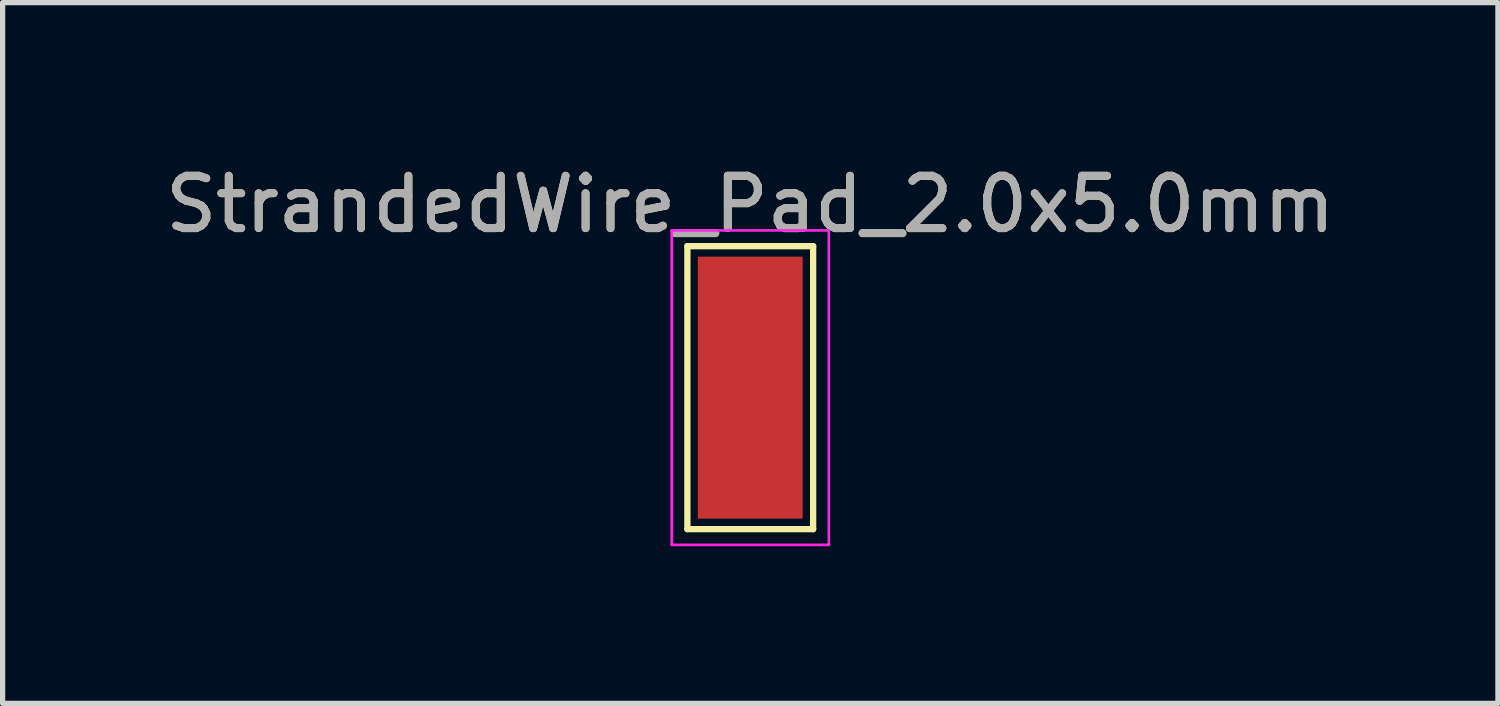
<source format=kicad_pcb>
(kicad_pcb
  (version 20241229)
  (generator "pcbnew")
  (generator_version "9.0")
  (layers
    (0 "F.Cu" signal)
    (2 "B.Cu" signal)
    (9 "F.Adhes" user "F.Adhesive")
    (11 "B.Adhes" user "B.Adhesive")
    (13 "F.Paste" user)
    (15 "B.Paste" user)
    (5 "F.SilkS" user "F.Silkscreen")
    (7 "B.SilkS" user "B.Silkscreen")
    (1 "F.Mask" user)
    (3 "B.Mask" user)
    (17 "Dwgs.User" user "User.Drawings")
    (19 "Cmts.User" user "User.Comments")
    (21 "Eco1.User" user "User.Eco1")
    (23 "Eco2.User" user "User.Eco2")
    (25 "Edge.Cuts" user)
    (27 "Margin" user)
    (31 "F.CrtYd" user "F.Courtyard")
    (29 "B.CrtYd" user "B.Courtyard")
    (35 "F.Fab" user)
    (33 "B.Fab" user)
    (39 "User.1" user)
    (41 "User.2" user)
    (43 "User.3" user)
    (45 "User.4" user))
  (footprint "StrandedWire_Pad_2.0x5.0mm"
    (layer "F.Cu")
    (at 11.268 4.348)
    (property "Reference" "StrandedWire_Pad_2.0x5.0mm" (at 0 -3.498 0) (layer "F.SilkS") (effects (font (size 1 1) (thickness 0.15))))
    (attr exclude_from_pos_files exclude_from_bom)
    (fp_line (start -1.2 -2.7) (end 1.2 -2.7) (stroke (width 0.12) (type solid)) (layer "F.SilkS"))
    (fp_line (start -1.2 2.7) (end -1.2 -2.7) (stroke (width 0.12) (type solid)) (layer "F.SilkS"))
    (fp_line (start 1.2 -2.7) (end 1.2 2.7) (stroke (width 0.12) (type solid)) (layer "F.SilkS"))
    (fp_line (start 1.2 2.7) (end -1.2 2.7) (stroke (width 0.12) (type solid)) (layer "F.SilkS"))
    (fp_line (start -1.5 -3) (end -1.5 3) (stroke (width 0.05) (type solid)) (layer "F.CrtYd"))
    (fp_line (start -1.5 -3) (end 1.5 -3) (stroke (width 0.05) (type solid)) (layer "F.CrtYd"))
    (fp_line (start 1.5 3) (end -1.5 3) (stroke (width 0.05) (type solid)) (layer "F.CrtYd"))
    (fp_line (start 1.5 3) (end 1.5 -3) (stroke (width 0.05) (type solid)) (layer "F.CrtYd"))
    (fp_text user "${REFERENCE}" (at 0 -3.5 0) (layer "F.Fab") (effects (font (size 1 1) (thickness 0.15))))
    (pad "1" smd rect (at 0 0) (size 2 5) (layers "F.Cu" "F.Mask")))
  (gr_rect
    (start -3 -3)
    (end 25.536 10.373)
    (stroke (width 0.1) (type default))
    (fill no)
    (layer "Edge.Cuts")))
</source>
